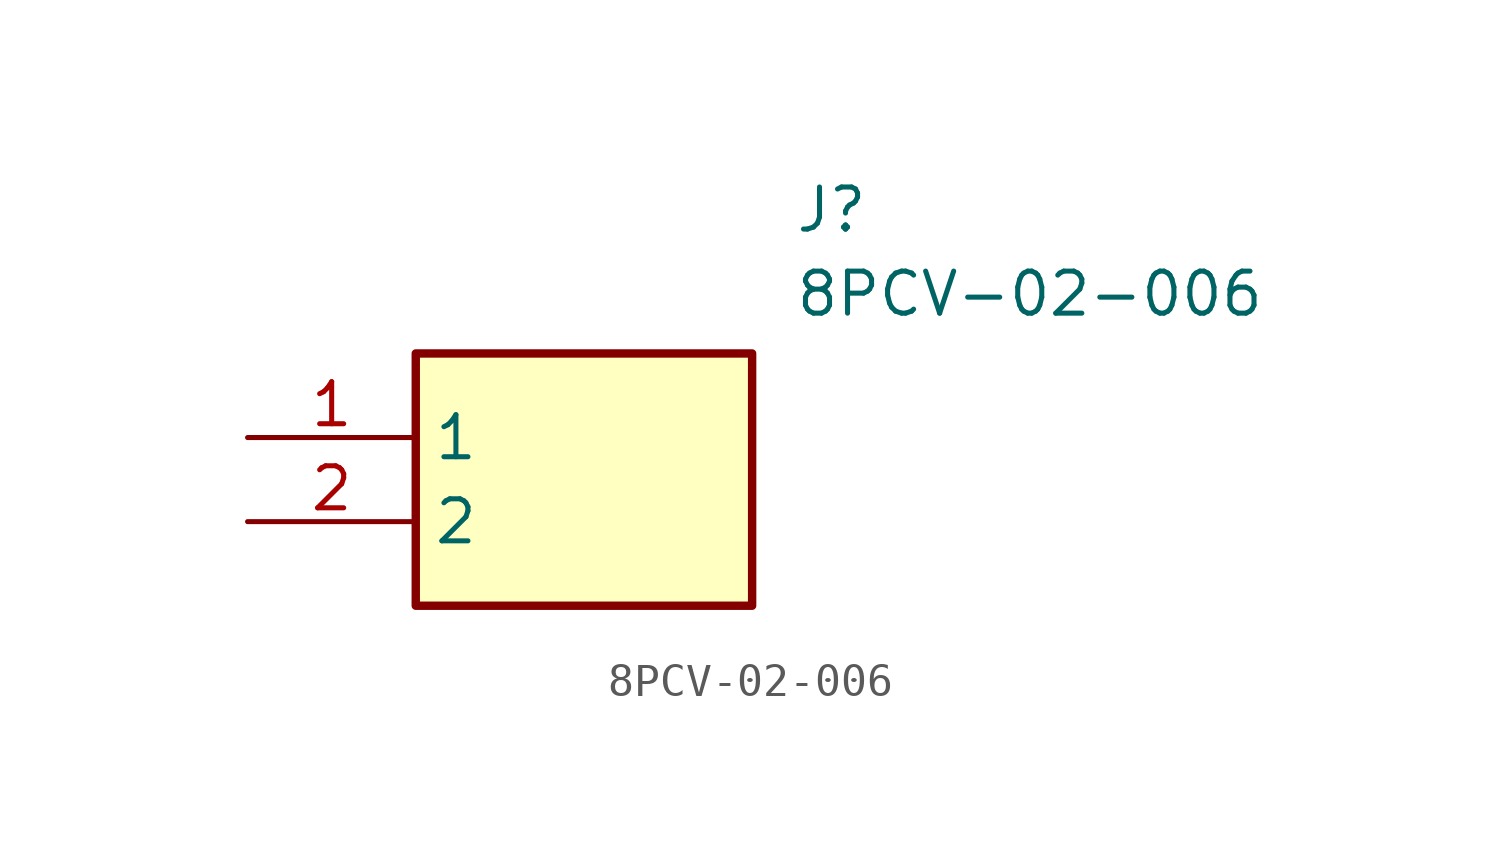
<source format=kicad_sym>
(kicad_symbol_lib
  (version 20211014)
  (generator SamacSys_ECAD_Model)
  (symbol "8PCV-02-006"
    (property "Reference" "J"
      (at 16.51 7.62 0)
      (effects (font (size 1.27 1.27)) (justify left top)))
    (property "Value" "8PCV-02-006"
      (at 16.51 5.08 0)
      (effects (font (size 1.27 1.27)) (justify left top)))
    (rectangle
      (start 5.08 2.54)
      (end 15.24 -5.08)
      (stroke (width 0.254) (type default))
      (fill (type background)))
    (pin passive line
      (at 0 0 0)
      (length 5.08)
      (name "1" (effects (font (size 1.27 1.27))))
      (number "1" (effects (font (size 1.27 1.27)))))
    (pin passive line
      (at 0 -2.54 0)
      (length 5.08)
      (name "2" (effects (font (size 1.27 1.27))))
      (number "2" (effects (font (size 1.27 1.27)))))))
</source>
